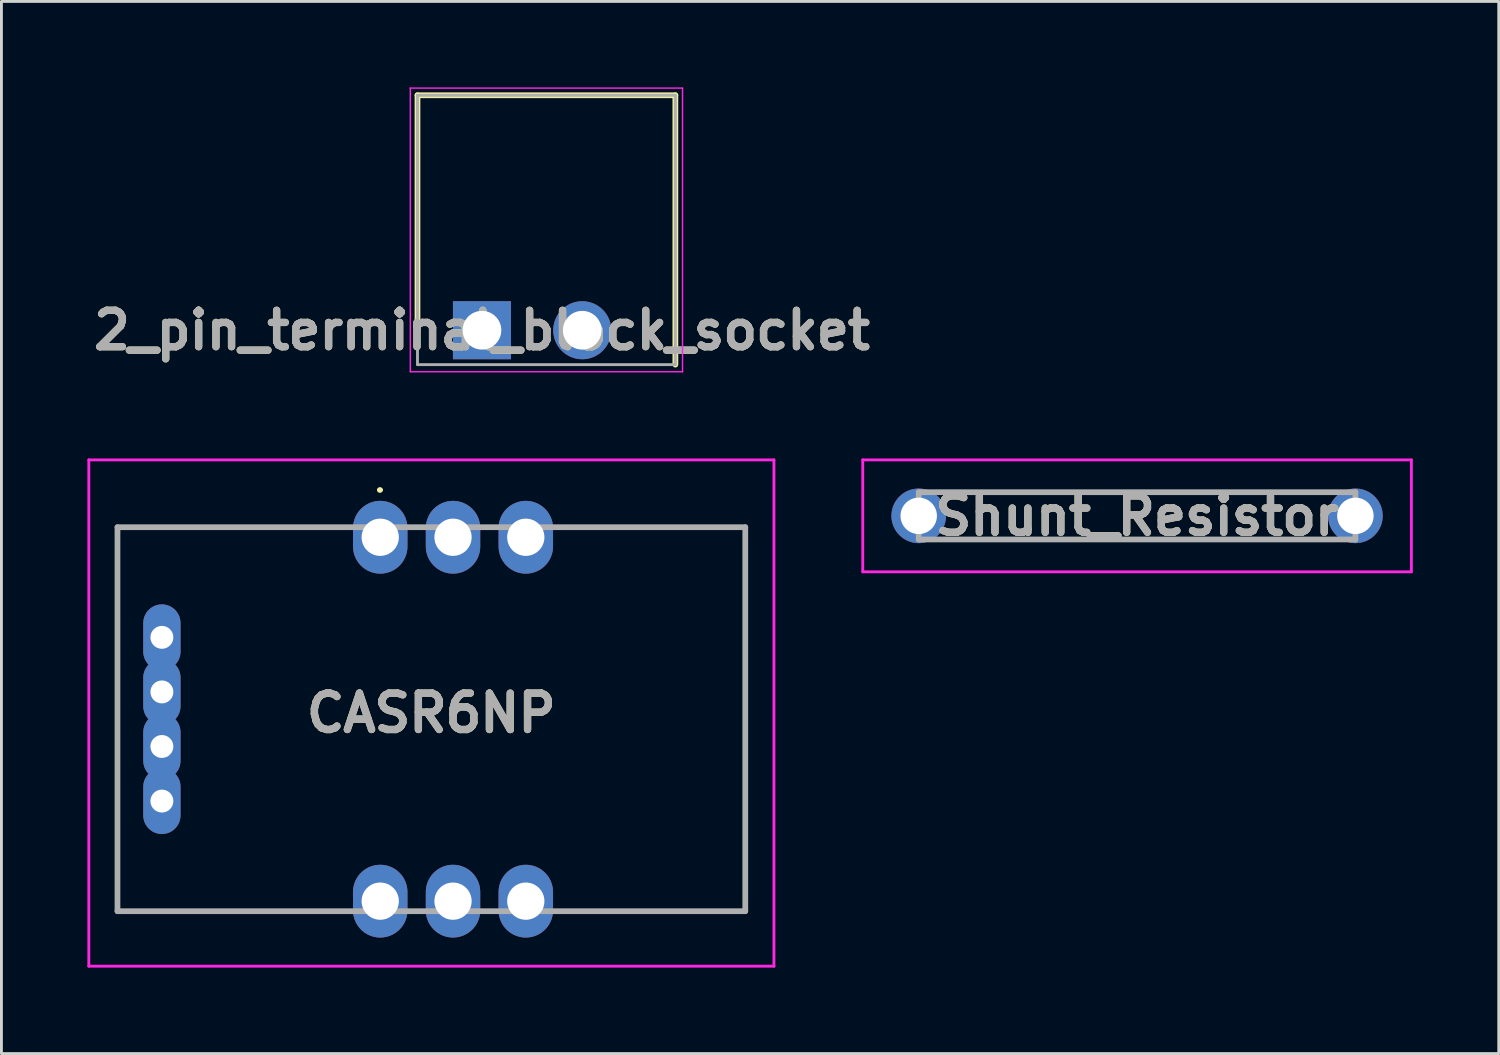
<source format=kicad_pcb>
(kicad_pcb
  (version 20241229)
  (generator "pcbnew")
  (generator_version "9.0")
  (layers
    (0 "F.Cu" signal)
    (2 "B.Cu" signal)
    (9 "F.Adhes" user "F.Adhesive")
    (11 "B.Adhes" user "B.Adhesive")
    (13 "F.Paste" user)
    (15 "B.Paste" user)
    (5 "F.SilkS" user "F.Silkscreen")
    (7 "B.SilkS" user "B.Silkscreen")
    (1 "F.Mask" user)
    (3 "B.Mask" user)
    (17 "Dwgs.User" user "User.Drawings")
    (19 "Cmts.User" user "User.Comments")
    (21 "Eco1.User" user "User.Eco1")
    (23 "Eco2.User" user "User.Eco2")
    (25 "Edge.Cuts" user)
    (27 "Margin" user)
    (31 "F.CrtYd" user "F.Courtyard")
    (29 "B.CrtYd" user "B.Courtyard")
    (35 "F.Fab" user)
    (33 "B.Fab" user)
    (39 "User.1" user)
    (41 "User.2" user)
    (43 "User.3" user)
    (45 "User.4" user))
  (footprint "2_pin_terminal_block_socket"
    (layer "F.Cu")
    (at 13.77 8.475)
    (property "Reference" "2_pin_terminal_block_socket" (at 0 0 0) (layer "F.SilkS") (effects (font (size 1.27 1.27) (thickness 0.254))))
    (attr through_hole)
    (fp_line (start -2.25 -8.2) (end 6.75 -8.2) (stroke (width 0.2) (type solid)) (layer "F.SilkS"))
    (fp_line (start -2.25 0) (end -2.25 -8.2) (stroke (width 0.2) (type solid)) (layer "F.SilkS"))
    (fp_line (start 6.75 -8.2) (end 6.75 1.2) (stroke (width 0.2) (type solid)) (layer "F.SilkS"))
    (fp_line (start -2.5 -8.45) (end -2.5 1.45) (stroke (width 0.05) (type solid)) (layer "F.CrtYd"))
    (fp_line (start -2.5 1.45) (end 7 1.45) (stroke (width 0.05) (type solid)) (layer "F.CrtYd"))
    (fp_line (start 7 -8.45) (end -2.5 -8.45) (stroke (width 0.05) (type solid)) (layer "F.CrtYd"))
    (fp_line (start 7 1.45) (end 7 -8.45) (stroke (width 0.05) (type solid)) (layer "F.CrtYd"))
    (fp_line (start -2.25 -8.2) (end 6.75 -8.2) (stroke (width 0.1) (type solid)) (layer "F.Fab"))
    (fp_line (start -2.25 1.2) (end -2.25 -8.2) (stroke (width 0.1) (type solid)) (layer "F.Fab"))
    (fp_line (start 6.75 -8.2) (end 6.75 1.2) (stroke (width 0.1) (type solid)) (layer "F.Fab"))
    (fp_line (start 6.75 1.2) (end -2.25 1.2) (stroke (width 0.1) (type solid)) (layer "F.Fab"))
    (fp_text user "${REFERENCE}" (at 0 0 0) (layer "F.Fab") (effects (font (size 1.27 1.27) (thickness 0.254))))
    (pad "1" thru_hole rect (at 0 0) (size 2.025 2.025) (drill 1.35) (layers "*.Cu" "*.Mask"))
    (pad "2" thru_hole circle (at 3.5 0) (size 2.025 2.025) (drill 1.35) (layers "*.Cu" "*.Mask")))
  (footprint "Shunt_Resistor"
    (layer "F.Cu")
    (at 29.013 14.953)
    (property "Reference" "Shunt_Resistor" (at 7.62 0 0) (layer "F.SilkS") (effects (font (size 1.27 1.27) (thickness 0.254))))
    (attr through_hole)
    (fp_line (start 1.12 -0.825) (end 14.12 -0.825) (stroke (width 0.1) (type solid)) (layer "F.SilkS"))
    (fp_line (start 1.12 0.825) (end 14.12 0.825) (stroke (width 0.1) (type solid)) (layer "F.SilkS"))
    (fp_line (start -1.953 -1.953) (end 17.193 -1.953) (stroke (width 0.1) (type solid)) (layer "F.CrtYd"))
    (fp_line (start -1.953 1.953) (end -1.953 -1.953) (stroke (width 0.1) (type solid)) (layer "F.CrtYd"))
    (fp_line (start 17.193 -1.953) (end 17.193 1.953) (stroke (width 0.1) (type solid)) (layer "F.CrtYd"))
    (fp_line (start 17.193 1.953) (end -1.953 1.953) (stroke (width 0.1) (type solid)) (layer "F.CrtYd"))
    (fp_line (start 0 -0.825) (end 15.24 -0.825) (stroke (width 0.2) (type solid)) (layer "F.Fab"))
    (fp_line (start 0 0.825) (end 0 -0.825) (stroke (width 0.2) (type solid)) (layer "F.Fab"))
    (fp_line (start 15.24 -0.825) (end 15.24 0.825) (stroke (width 0.2) (type solid)) (layer "F.Fab"))
    (fp_line (start 15.24 0.825) (end 0 0.825) (stroke (width 0.2) (type solid)) (layer "F.Fab"))
    (fp_text user "${REFERENCE}" (at 7.62 0 0) (layer "F.Fab") (effects (font (size 1.27 1.27) (thickness 0.254))))
    (pad "1" thru_hole circle (at 0 0) (size 1.906 1.906) (drill 1.271) (layers "*.Cu" "*.Mask"))
    (pad "2" thru_hole circle (at 15.24 0) (size 1.906 1.906) (drill 1.271) (layers "*.Cu" "*.Mask")))
  (footprint "CASR6NP"
    (layer "F.Cu")
    (at 12.76 22.05)
    (property "Reference" "CASR6NP" (at -0.755 -0.215 0) (layer "F.SilkS") (effects (font (size 1.27 1.27) (thickness 0.254))))
    (attr through_hole)
    (fp_line (start -11.71 -6.7) (end -11.71 6.7) (stroke (width 0.1) (type solid)) (layer "F.SilkS"))
    (fp_line (start -11.71 6.7) (end -4.09 6.7) (stroke (width 0.1) (type solid)) (layer "F.SilkS"))
    (fp_line (start -4.09 -6.7) (end -11.71 -6.7) (stroke (width 0.1) (type solid)) (layer "F.SilkS"))
    (fp_line (start -2.6 -8) (end -2.6 -8) (stroke (width 0.1) (type solid)) (layer "F.SilkS"))
    (fp_line (start -2.5 -8) (end -2.5 -8) (stroke (width 0.1) (type solid)) (layer "F.SilkS"))
    (fp_line (start 4.09 -6.7) (end 10.2 -6.7) (stroke (width 0.1) (type solid)) (layer "F.SilkS"))
    (fp_line (start 10.2 -6.7) (end 10.2 6.7) (stroke (width 0.1) (type solid)) (layer "F.SilkS"))
    (fp_line (start 10.2 6.7) (end 4.09 6.7) (stroke (width 0.1) (type solid)) (layer "F.SilkS"))
    (fp_arc (start -2.6 -8) (mid -2.55 -8.05) (end -2.5 -8) (stroke (width 0.1) (type solid)) (layer "F.SilkS"))
    (fp_arc (start -2.5 -8) (mid -2.55 -7.95) (end -2.6 -8) (stroke (width 0.1) (type solid)) (layer "F.SilkS"))
    (fp_line (start -12.71 -9.05) (end 11.2 -9.05) (stroke (width 0.1) (type solid)) (layer "F.CrtYd"))
    (fp_line (start -12.71 8.62) (end -12.71 -9.05) (stroke (width 0.1) (type solid)) (layer "F.CrtYd"))
    (fp_line (start 11.2 -9.05) (end 11.2 8.62) (stroke (width 0.1) (type solid)) (layer "F.CrtYd"))
    (fp_line (start 11.2 8.62) (end -12.71 8.62) (stroke (width 0.1) (type solid)) (layer "F.CrtYd"))
    (fp_line (start -11.71 -6.7) (end 10.2 -6.7) (stroke (width 0.2) (type solid)) (layer "F.Fab"))
    (fp_line (start -11.71 6.7) (end -11.71 -6.7) (stroke (width 0.2) (type solid)) (layer "F.Fab"))
    (fp_line (start 10.2 -6.7) (end 10.2 6.7) (stroke (width 0.2) (type solid)) (layer "F.Fab"))
    (fp_line (start 10.2 6.7) (end -11.71 6.7) (stroke (width 0.2) (type solid)) (layer "F.Fab"))
    (fp_text user "${REFERENCE}" (at -0.755 -0.215 0) (layer "F.Fab") (effects (font (size 1.27 1.27) (thickness 0.254))))
    (pad "1" thru_hole oval (at -2.54 -6.35) (size 1.9 2.54) (drill 1.3) (layers "*.Cu" "*.Mask"))
    (pad "2" thru_hole oval (at 0 -6.35) (size 1.9 2.54) (drill 1.3) (layers "*.Cu" "*.Mask"))
    (pad "3" thru_hole oval (at 2.54 -6.35) (size 1.9 2.54) (drill 1.3) (layers "*.Cu" "*.Mask"))
    (pad "8" thru_hole oval (at 2.54 6.35) (size 1.9 2.54) (drill 1.3) (layers "*.Cu" "*.Mask"))
    (pad "9" thru_hole oval (at 0 6.35) (size 1.9 2.54) (drill 1.3) (layers "*.Cu" "*.Mask"))
    (pad "10" thru_hole oval (at -2.54 6.35) (size 1.9 2.54) (drill 1.3) (layers "*.Cu" "*.Mask"))
    (pad "11" thru_hole oval (at -10.16 2.857) (size 1.3 2.3) (drill 0.8) (layers "*.Cu" "*.Mask"))
    (pad "12" thru_hole oval (at -10.16 0.952) (size 1.3 2.3) (drill 0.8) (layers "*.Cu" "*.Mask"))
    (pad "13" thru_hole oval (at -10.16 -0.952) (size 1.3 2.3) (drill 0.8) (layers "*.Cu" "*.Mask"))
    (pad "14" thru_hole oval (at -10.16 -2.857) (size 1.3 2.3) (drill 0.8) (layers "*.Cu" "*.Mask")))
  (gr_rect
    (start -3 -3)
    (end 49.256 33.72)
    (stroke (width 0.1) (type default))
    (fill no)
    (layer "Edge.Cuts")))
</source>
